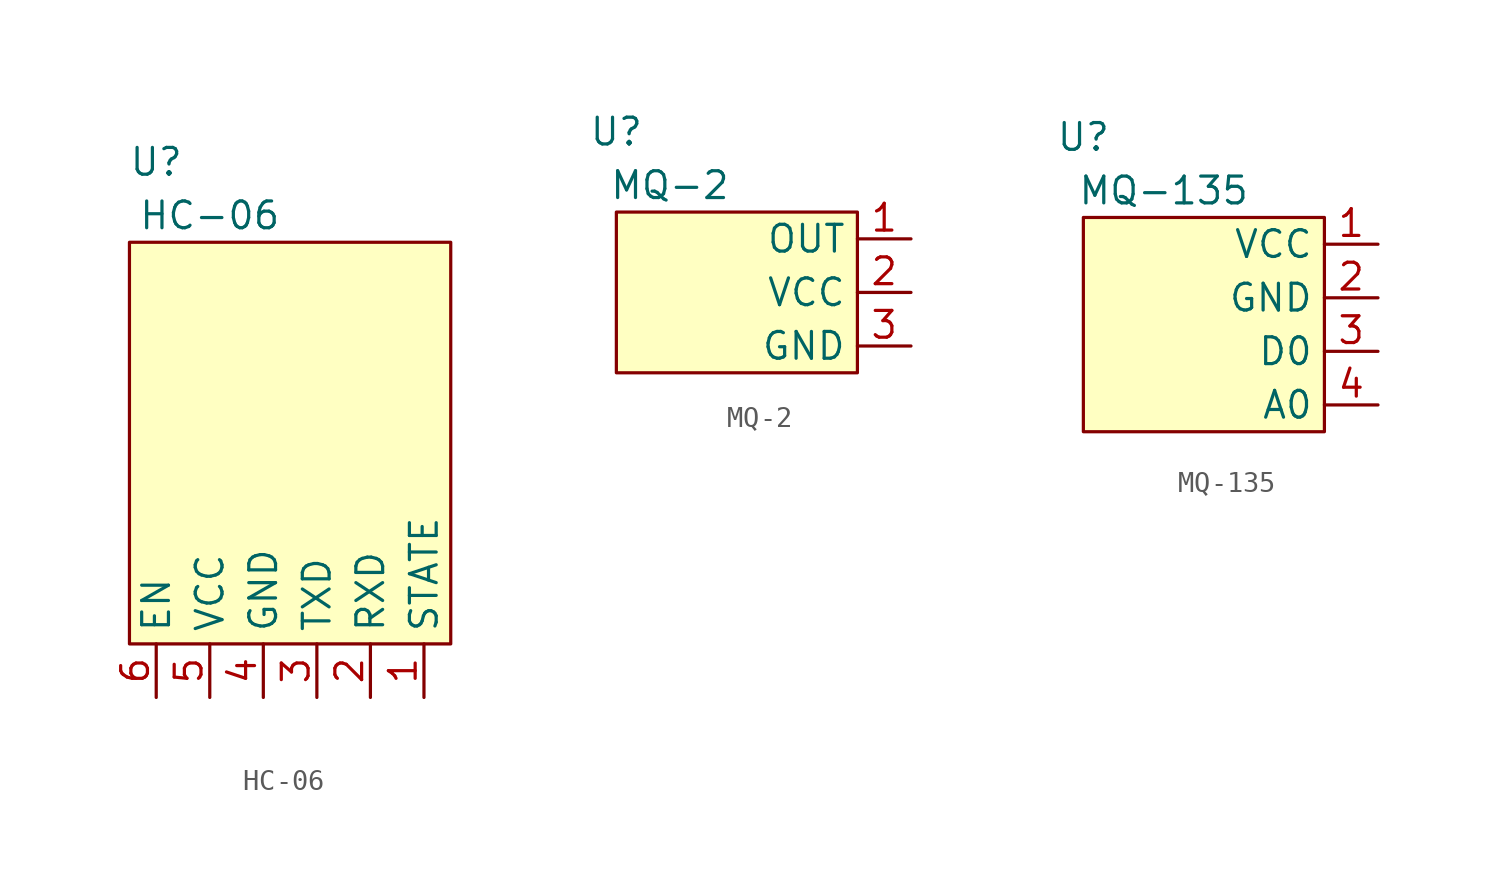
<source format=kicad_sym>
(kicad_symbol_lib
  (version 20211014)
  (generator kicad_symbol_editor)
  (symbol "HC-06"
    (property "Reference" "U"
      (at -1.27 -7.62 0)
      (effects (font (size 1.27 1.27))))
    (property "Value" "HC-06"
      (at 1.27 -10.16 0)
      (effects (font (size 1.27 1.27))))
    (symbol "HC-06_0_1"
      (rectangle (start -2.54 -11.43) (end 12.7 -30.48) (stroke (width 0) (type default) (color 0 0 0 0)) (fill (type background))))
    (symbol "HC-06_1_1"
      (pin output line (at 11.43 -33.02 90) (length 2.54) (name "STATE" (effects (font (size 1.27 1.27)))) (number "1" (effects (font (size 1.27 1.27)))))
      (pin input line (at 8.89 -33.02 90) (length 2.54) (name "RXD" (effects (font (size 1.27 1.27)))) (number "2" (effects (font (size 1.27 1.27)))))
      (pin output line (at 6.35 -33.02 90) (length 2.54) (name "TXD" (effects (font (size 1.27 1.27)))) (number "3" (effects (font (size 1.27 1.27)))))
      (pin power_in line (at 3.81 -33.02 90) (length 2.54) (name "GND" (effects (font (size 1.27 1.27)))) (number "4" (effects (font (size 1.27 1.27)))))
      (pin power_in line (at 1.27 -33.02 90) (length 2.54) (name "VCC" (effects (font (size 1.27 1.27)))) (number "5" (effects (font (size 1.27 1.27)))))
      (pin input line (at -1.27 -33.02 90) (length 2.54) (name "EN" (effects (font (size 1.27 1.27)))) (number "6" (effects (font (size 1.27 1.27)))))))
  (symbol "MQ-2"
    (property "Reference" "U"
      (at -3.81 0 0)
      (effects (font (size 1.27 1.27))))
    (property "Value" "MQ-2"
      (at -1.27 -2.54 0)
      (effects (font (size 1.27 1.27))))
    (symbol "MQ-2_0_1"
      (rectangle (start 7.62 -3.81) (end -3.81 -11.43) (stroke (width 0) (type default) (color 0 0 0 0)) (fill (type background))))
    (symbol "MQ-2_1_1"
      (pin output line (at 10.16 -5.08 180) (length 2.54) (name "OUT" (effects (font (size 1.27 1.27)))) (number "1" (effects (font (size 1.27 1.27)))))
      (pin power_in line (at 10.16 -7.62 180) (length 2.54) (name "VCC" (effects (font (size 1.27 1.27)))) (number "2" (effects (font (size 1.27 1.27)))))
      (pin power_in line (at 10.16 -10.16 180) (length 2.54) (name "GND" (effects (font (size 1.27 1.27)))) (number "3" (effects (font (size 1.27 1.27)))))))
  (symbol "MQ-135"
    (property "Reference" "U"
      (at 0 0 0)
      (effects (font (size 1.27 1.27))))
    (property "Value" "MQ-135"
      (at 3.81 -2.54 0)
      (effects (font (size 1.27 1.27))))
    (symbol "MQ-135_0_1"
      (rectangle (start 11.43 -3.81) (end 0 -13.97) (stroke (width 0) (type default) (color 0 0 0 0)) (fill (type background))))
    (symbol "MQ-135_1_1"
      (pin power_in line (at 13.97 -5.08 180) (length 2.54) (name "VCC" (effects (font (size 1.27 1.27)))) (number "1" (effects (font (size 1.27 1.27)))))
      (pin power_in line (at 13.97 -7.62 180) (length 2.54) (name "GND" (effects (font (size 1.27 1.27)))) (number "2" (effects (font (size 1.27 1.27)))))
      (pin power_in line (at 13.97 -10.16 180) (length 2.54) (name "D0" (effects (font (size 1.27 1.27)))) (number "3" (effects (font (size 1.27 1.27)))))
      (pin power_in line (at 13.97 -12.7 180) (length 2.54) (name "A0" (effects (font (size 1.27 1.27)))) (number "4" (effects (font (size 1.27 1.27))))))))
</source>
